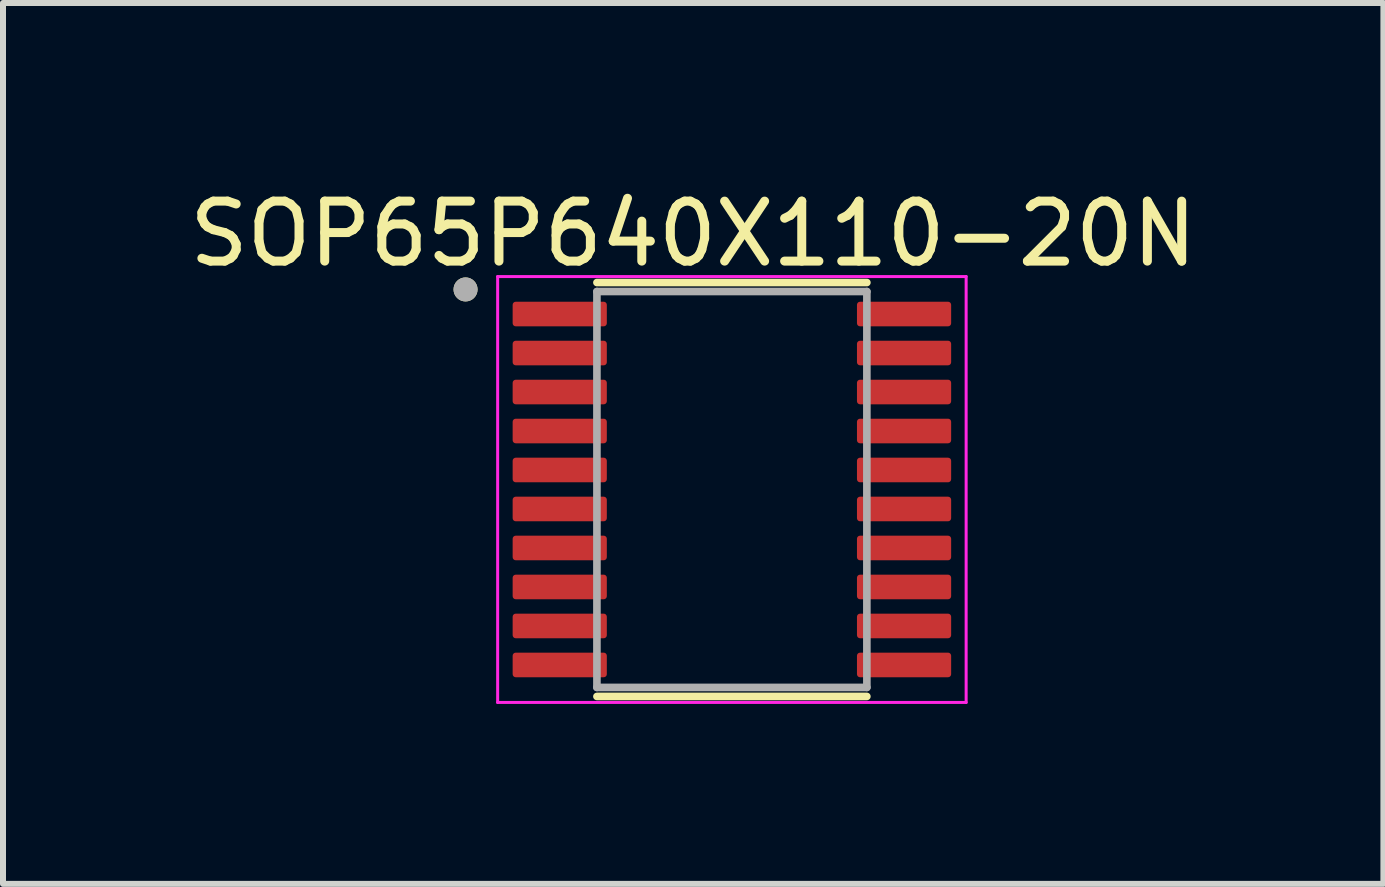
<source format=kicad_pcb>
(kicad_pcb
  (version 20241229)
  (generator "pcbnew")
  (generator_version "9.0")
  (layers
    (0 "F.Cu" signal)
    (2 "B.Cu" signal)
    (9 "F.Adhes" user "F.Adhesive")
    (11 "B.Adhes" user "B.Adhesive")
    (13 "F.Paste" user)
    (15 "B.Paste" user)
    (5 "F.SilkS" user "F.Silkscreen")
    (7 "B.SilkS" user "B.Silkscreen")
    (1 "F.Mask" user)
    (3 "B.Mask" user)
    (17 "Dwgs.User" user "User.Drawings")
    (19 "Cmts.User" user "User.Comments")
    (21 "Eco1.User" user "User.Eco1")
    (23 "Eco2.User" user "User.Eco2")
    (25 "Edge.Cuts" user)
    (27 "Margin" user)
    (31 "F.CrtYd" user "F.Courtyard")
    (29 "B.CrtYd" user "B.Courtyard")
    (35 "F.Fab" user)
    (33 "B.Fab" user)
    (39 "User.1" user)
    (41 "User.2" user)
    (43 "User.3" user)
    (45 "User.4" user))
  (footprint "SOP65P640X110-20N"
    (layer "F.Cu")
    (at 9.151 5.11)
    (property "Reference" "SOP65P640X110-20N" (at -0.645 -4.262 0) (layer "F.SilkS") (effects (font (size 1 1) (thickness 0.15))))
    (attr smd)
    (fp_line (start -2.25 -3.45) (end 2.25 -3.45) (stroke (width 0.127) (type solid)) (layer "F.SilkS"))
    (fp_line (start -2.25 3.45) (end 2.25 3.45) (stroke (width 0.127) (type solid)) (layer "F.SilkS"))
    (fp_circle (center -4.44 -3.335) (end -4.34 -3.335) (stroke (width 0.2) (type solid)) (fill no) (layer "F.SilkS"))
    (fp_line (start -3.905 -3.55) (end -3.905 3.55) (stroke (width 0.05) (type solid)) (layer "F.CrtYd"))
    (fp_line (start -3.905 -3.55) (end 3.905 -3.55) (stroke (width 0.05) (type solid)) (layer "F.CrtYd"))
    (fp_line (start -3.905 3.55) (end 3.905 3.55) (stroke (width 0.05) (type solid)) (layer "F.CrtYd"))
    (fp_line (start 3.905 -3.55) (end 3.905 3.55) (stroke (width 0.05) (type solid)) (layer "F.CrtYd"))
    (fp_line (start -2.25 -3.3) (end -2.25 3.3) (stroke (width 0.127) (type solid)) (layer "F.Fab"))
    (fp_line (start -2.25 -3.3) (end 2.25 -3.3) (stroke (width 0.127) (type solid)) (layer "F.Fab"))
    (fp_line (start -2.25 3.3) (end 2.25 3.3) (stroke (width 0.127) (type solid)) (layer "F.Fab"))
    (fp_line (start 2.25 -3.3) (end 2.25 3.3) (stroke (width 0.127) (type solid)) (layer "F.Fab"))
    (fp_circle (center -4.44 -3.335) (end -4.34 -3.335) (stroke (width 0.2) (type solid)) (fill no) (layer "F.Fab"))
    (pad "1" smd roundrect (at -2.87 -2.925) (size 1.57 0.41) (layers "F.Cu" "F.Mask" "F.Paste") (roundrect_rratio 0.125))
    (pad "2" smd roundrect (at -2.87 -2.275) (size 1.57 0.41) (layers "F.Cu" "F.Mask" "F.Paste") (roundrect_rratio 0.125))
    (pad "3" smd roundrect (at -2.87 -1.625) (size 1.57 0.41) (layers "F.Cu" "F.Mask" "F.Paste") (roundrect_rratio 0.125))
    (pad "4" smd roundrect (at -2.87 -0.975) (size 1.57 0.41) (layers "F.Cu" "F.Mask" "F.Paste") (roundrect_rratio 0.125))
    (pad "5" smd roundrect (at -2.87 -0.325) (size 1.57 0.41) (layers "F.Cu" "F.Mask" "F.Paste") (roundrect_rratio 0.125))
    (pad "6" smd roundrect (at -2.87 0.325) (size 1.57 0.41) (layers "F.Cu" "F.Mask" "F.Paste") (roundrect_rratio 0.125))
    (pad "7" smd roundrect (at -2.87 0.975) (size 1.57 0.41) (layers "F.Cu" "F.Mask" "F.Paste") (roundrect_rratio 0.125))
    (pad "8" smd roundrect (at -2.87 1.625) (size 1.57 0.41) (layers "F.Cu" "F.Mask" "F.Paste") (roundrect_rratio 0.125))
    (pad "9" smd roundrect (at -2.87 2.275) (size 1.57 0.41) (layers "F.Cu" "F.Mask" "F.Paste") (roundrect_rratio 0.125))
    (pad "10" smd roundrect (at -2.87 2.925) (size 1.57 0.41) (layers "F.Cu" "F.Mask" "F.Paste") (roundrect_rratio 0.125))
    (pad "11" smd roundrect (at 2.87 2.925) (size 1.57 0.41) (layers "F.Cu" "F.Mask" "F.Paste") (roundrect_rratio 0.125))
    (pad "12" smd roundrect (at 2.87 2.275) (size 1.57 0.41) (layers "F.Cu" "F.Mask" "F.Paste") (roundrect_rratio 0.125))
    (pad "13" smd roundrect (at 2.87 1.625) (size 1.57 0.41) (layers "F.Cu" "F.Mask" "F.Paste") (roundrect_rratio 0.125))
    (pad "14" smd roundrect (at 2.87 0.975) (size 1.57 0.41) (layers "F.Cu" "F.Mask" "F.Paste") (roundrect_rratio 0.125))
    (pad "15" smd roundrect (at 2.87 0.325) (size 1.57 0.41) (layers "F.Cu" "F.Mask" "F.Paste") (roundrect_rratio 0.125))
    (pad "16" smd roundrect (at 2.87 -0.325) (size 1.57 0.41) (layers "F.Cu" "F.Mask" "F.Paste") (roundrect_rratio 0.125))
    (pad "17" smd roundrect (at 2.87 -0.975) (size 1.57 0.41) (layers "F.Cu" "F.Mask" "F.Paste") (roundrect_rratio 0.125))
    (pad "18" smd roundrect (at 2.87 -1.625) (size 1.57 0.41) (layers "F.Cu" "F.Mask" "F.Paste") (roundrect_rratio 0.125))
    (pad "19" smd roundrect (at 2.87 -2.275) (size 1.57 0.41) (layers "F.Cu" "F.Mask" "F.Paste") (roundrect_rratio 0.125))
    (pad "20" smd roundrect (at 2.87 -2.925) (size 1.57 0.41) (layers "F.Cu" "F.Mask" "F.Paste") (roundrect_rratio 0.125)))
  (gr_rect
    (start -3 -3)
    (end 20.012 11.685)
    (stroke (width 0.1) (type default))
    (fill no)
    (layer "Edge.Cuts")))
</source>
